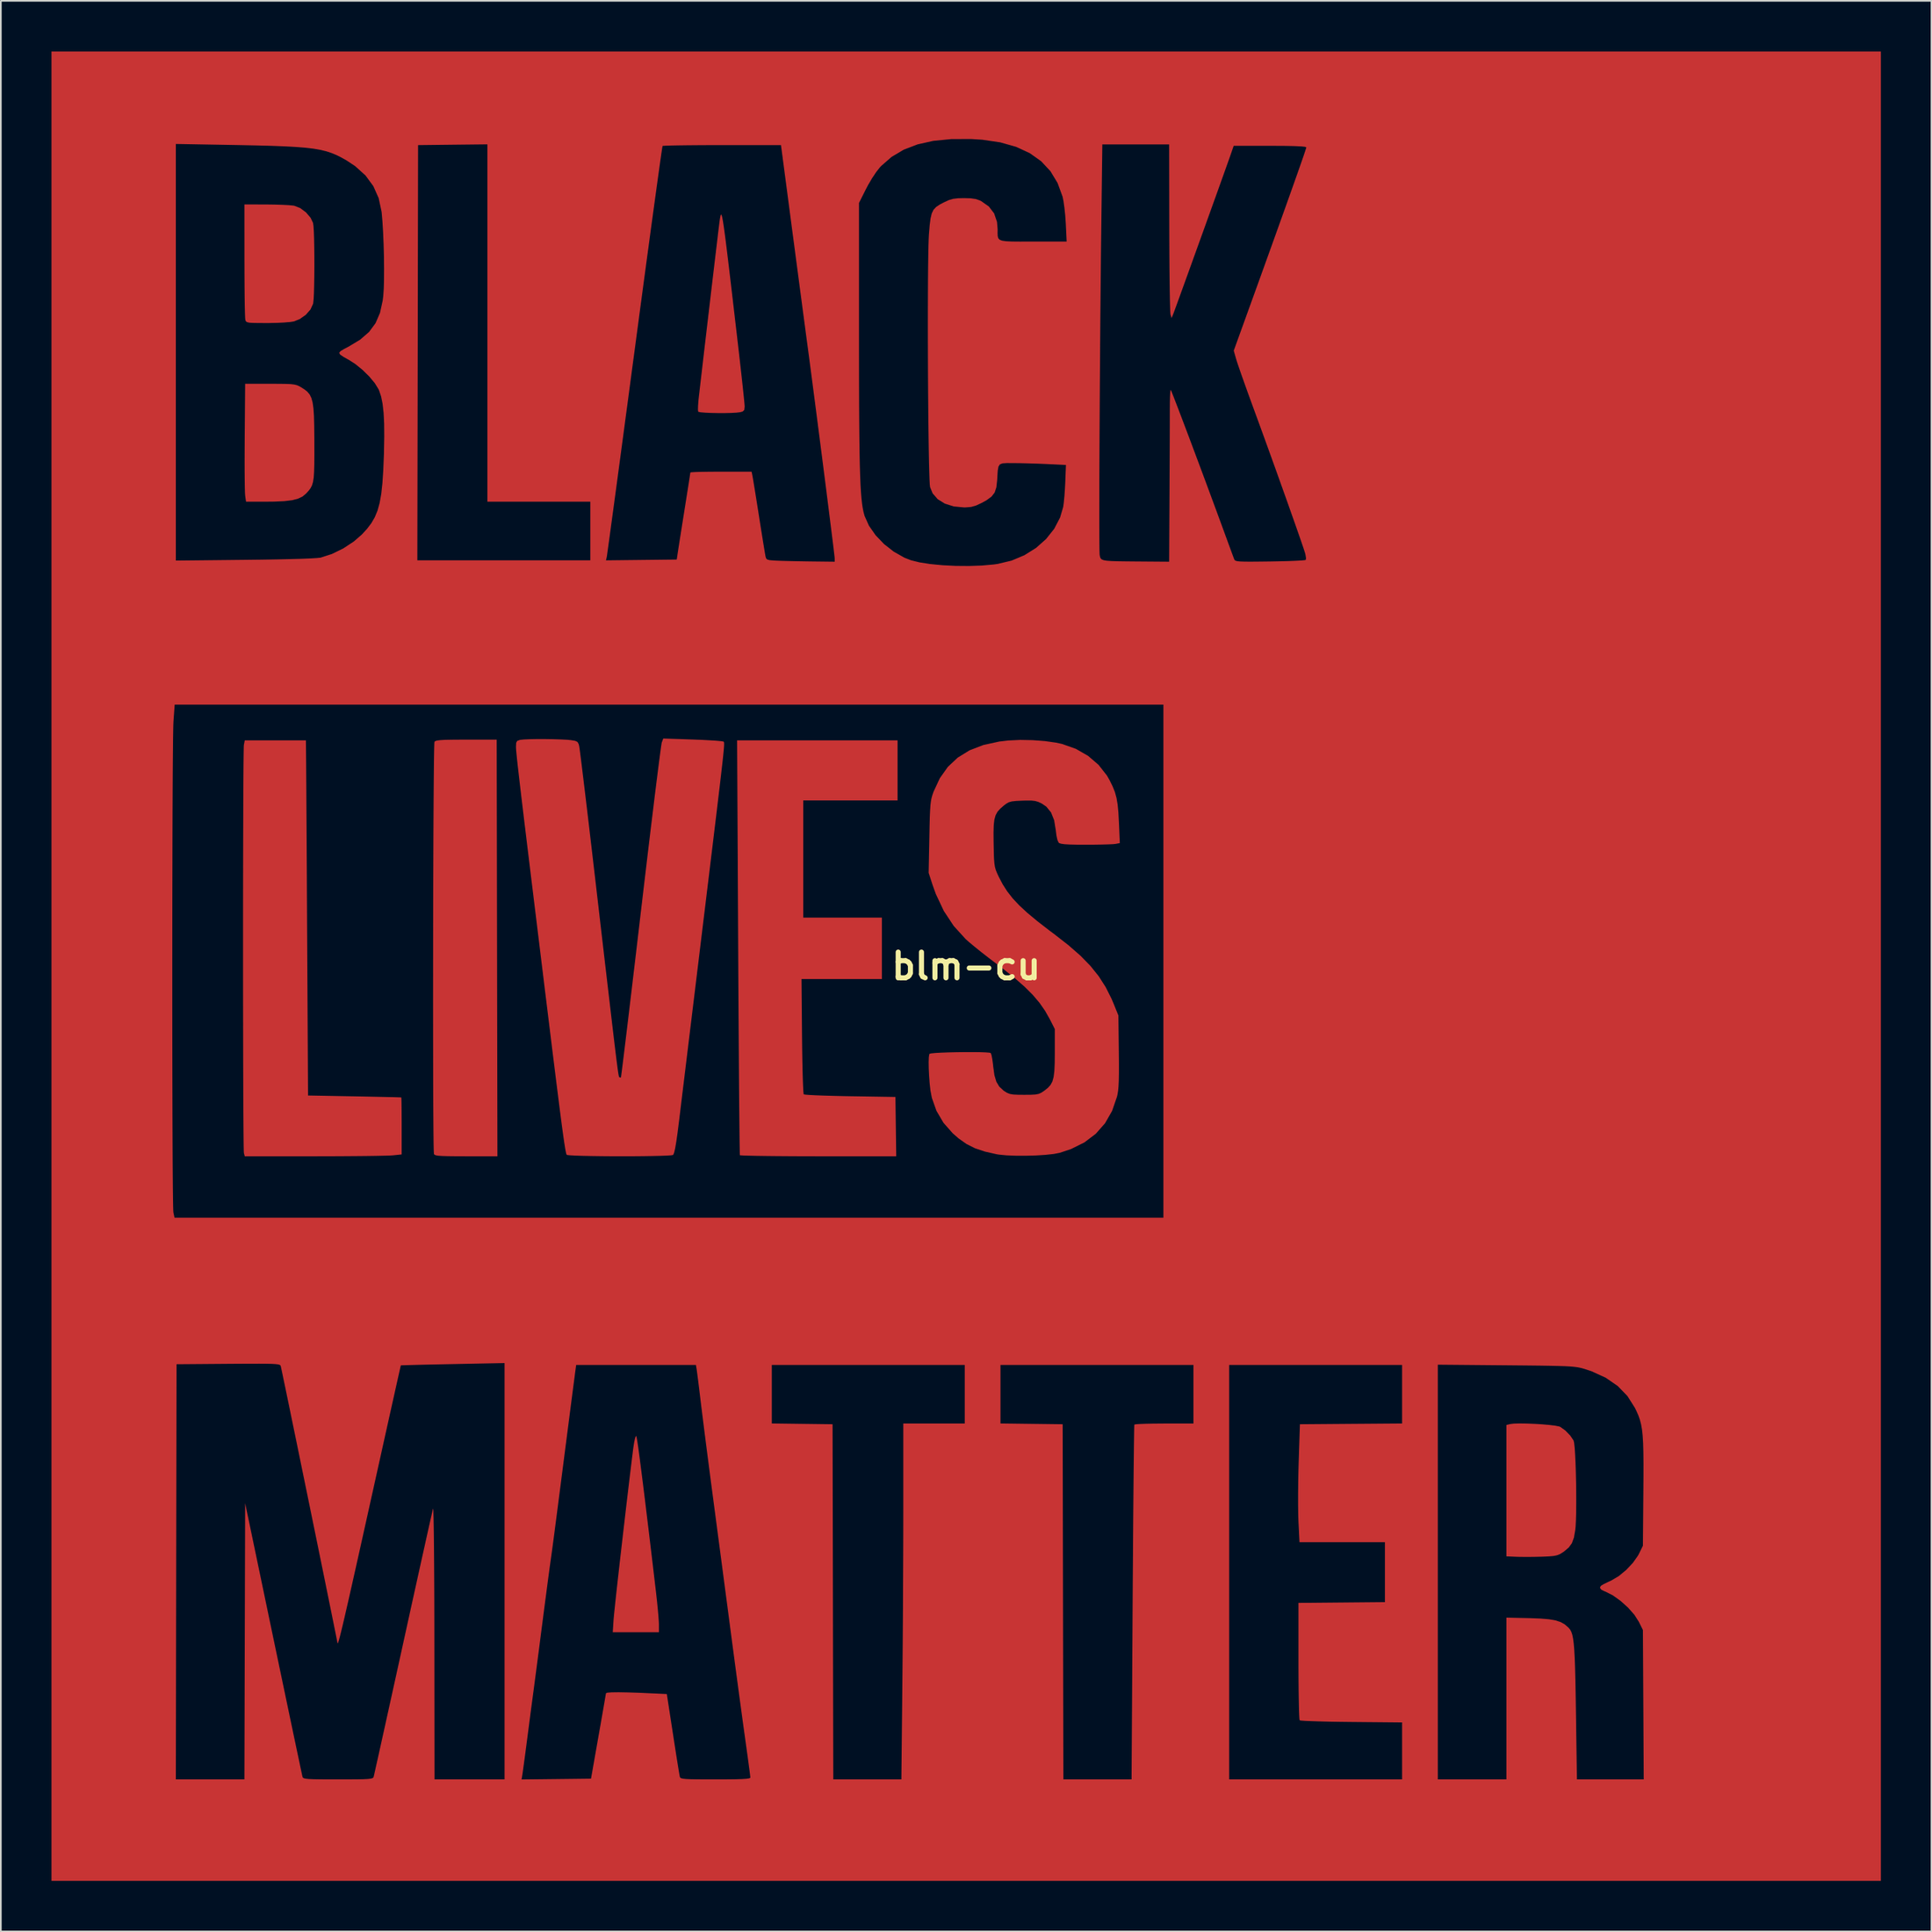
<source format=kicad_pcb>
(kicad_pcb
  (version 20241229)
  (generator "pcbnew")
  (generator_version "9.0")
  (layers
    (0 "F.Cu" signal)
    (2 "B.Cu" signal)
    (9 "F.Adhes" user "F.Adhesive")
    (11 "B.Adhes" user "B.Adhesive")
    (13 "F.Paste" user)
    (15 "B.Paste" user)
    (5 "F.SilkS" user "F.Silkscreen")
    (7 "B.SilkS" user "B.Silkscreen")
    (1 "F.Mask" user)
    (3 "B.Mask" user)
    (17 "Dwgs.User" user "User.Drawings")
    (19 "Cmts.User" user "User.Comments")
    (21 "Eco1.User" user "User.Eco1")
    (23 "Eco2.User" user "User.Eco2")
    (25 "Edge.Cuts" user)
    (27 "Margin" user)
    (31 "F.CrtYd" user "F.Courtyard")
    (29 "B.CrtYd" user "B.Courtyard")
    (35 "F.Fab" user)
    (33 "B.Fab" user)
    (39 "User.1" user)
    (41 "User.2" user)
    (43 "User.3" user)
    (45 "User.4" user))
  (footprint "blm-cu"
    (layer "F.Cu")
    (at 54.187 54.187)
    (property "Reference" "blm-cu" (at 0 0 0) (layer "F.SilkS") (effects (font (size 1.524 1.524) (thickness 0.3))))
    (attr through_hole)
    (fp_poly (pts (xy -19.522 27.922) (xy -19.481 28.158) (xy -19.424 28.542) (xy -19.351 29.077) (xy -19.262 29.765) (xy -19.155 30.609) (xy -19.031 31.609) (xy -18.89 32.769) (xy -18.73 34.091) (xy -18.553 35.578) (xy -18.377 37.07) (xy -18.319 37.589) (xy -18.269 38.084) (xy -18.231 38.517) (xy -18.208 38.848) (xy -18.203 38.996) (xy -18.203 39.455) (xy -20.936 39.455) (xy -20.889 38.714) (xy -20.871 38.508) (xy -20.835 38.153) (xy -20.784 37.669) (xy -20.719 37.073) (xy -20.643 36.386) (xy -20.557 35.627) (xy -20.465 34.814) (xy -20.367 33.966) (xy -20.267 33.104) (xy -20.167 32.245) (xy -20.069 31.41) (xy -19.975 30.617) (xy -19.886 29.885) (xy -19.807 29.233) (xy -19.738 28.681) (xy -19.721 28.549) (xy -19.67 28.215) (xy -19.617 27.968) (xy -19.569 27.84) (xy -19.547 27.833)) (stroke (width 0) (type solid)) (fill yes) (layer "F.Cu"))
    (fp_poly (pts (xy 33.193 27.094) (xy 33.65 27.112) (xy 34.11 27.14) (xy 34.536 27.177) (xy 34.888 27.22) (xy 35.128 27.267) (xy 35.191 27.291) (xy 35.494 27.507) (xy 35.785 27.808) (xy 35.982 28.099) (xy 36.016 28.249) (xy 36.048 28.542) (xy 36.075 28.95) (xy 36.099 29.449) (xy 36.117 30.01) (xy 36.131 30.607) (xy 36.139 31.214) (xy 36.14 31.804) (xy 36.135 32.351) (xy 36.122 32.827) (xy 36.102 33.206) (xy 36.083 33.393) (xy 36.004 33.845) (xy 35.885 34.176) (xy 35.699 34.436) (xy 35.419 34.672) (xy 35.34 34.727) (xy 35.177 34.828) (xy 35.014 34.895) (xy 34.809 34.938) (xy 34.52 34.963) (xy 34.107 34.981) (xy 34.078 34.982) (xy 33.623 34.992) (xy 33.159 34.995) (xy 32.755 34.991) (xy 32.575 34.986) (xy 32.004 34.96) (xy 32.004 27.181) (xy 32.228 27.125) (xy 32.443 27.098) (xy 32.778 27.089)) (stroke (width 0) (type solid)) (fill yes) (layer "F.Cu"))
    (fp_poly (pts (xy -40.694 -34.5) (xy -40.295 -34.495) (xy -40.008 -34.481) (xy -39.802 -34.457) (xy -39.65 -34.418) (xy -39.521 -34.362) (xy -39.414 -34.303) (xy -39.199 -34.166) (xy -39.026 -34.027) (xy -38.891 -33.864) (xy -38.79 -33.658) (xy -38.717 -33.389) (xy -38.668 -33.037) (xy -38.638 -32.582) (xy -38.622 -32.004) (xy -38.615 -31.283) (xy -38.614 -31.005) (xy -38.613 -30.291) (xy -38.617 -29.723) (xy -38.63 -29.281) (xy -38.654 -28.942) (xy -38.695 -28.684) (xy -38.754 -28.485) (xy -38.836 -28.323) (xy -38.945 -28.175) (xy -39.084 -28.02) (xy -39.101 -28.002) (xy -39.31 -27.826) (xy -39.581 -27.696) (xy -39.936 -27.604) (xy -40.399 -27.548) (xy -40.992 -27.521) (xy -41.412 -27.517) (xy -42.662 -27.517) (xy -42.713 -27.877) (xy -42.724 -28.043) (xy -42.733 -28.357) (xy -42.739 -28.797) (xy -42.744 -29.341) (xy -42.745 -29.969) (xy -42.743 -30.657) (xy -42.739 -31.369) (xy -42.714 -34.502) (xy -41.233 -34.502)) (stroke (width 0) (type solid)) (fill yes) (layer "F.Cu"))
    (fp_poly (pts (xy -41.465 -45.124) (xy -40.982 -45.118) (xy -40.528 -45.104) (xy -40.145 -45.084) (xy -39.874 -45.059) (xy -39.807 -45.049) (xy -39.451 -44.909) (xy -39.109 -44.654) (xy -38.836 -44.333) (xy -38.692 -44.03) (xy -38.667 -43.85) (xy -38.646 -43.53) (xy -38.63 -43.101) (xy -38.62 -42.592) (xy -38.614 -42.032) (xy -38.613 -41.451) (xy -38.617 -40.88) (xy -38.626 -40.348) (xy -38.639 -39.884) (xy -38.658 -39.518) (xy -38.682 -39.28) (xy -38.689 -39.243) (xy -38.843 -38.905) (xy -39.12 -38.589) (xy -39.478 -38.336) (xy -39.83 -38.195) (xy -40.054 -38.16) (xy -40.403 -38.131) (xy -40.834 -38.11) (xy -41.305 -38.1) (xy -41.43 -38.1) (xy -41.907 -38.101) (xy -42.242 -38.107) (xy -42.461 -38.121) (xy -42.592 -38.148) (xy -42.66 -38.191) (xy -42.693 -38.255) (xy -42.703 -38.291) (xy -42.715 -38.415) (xy -42.725 -38.69) (xy -42.735 -39.095) (xy -42.743 -39.611) (xy -42.749 -40.218) (xy -42.753 -40.897) (xy -42.755 -41.629) (xy -42.756 -41.804) (xy -42.757 -45.127)) (stroke (width 0) (type solid)) (fill yes) (layer "F.Cu"))
    (fp_poly (pts (xy -27.792 -1.079) (xy -27.77 11.261) (xy -29.624 11.261) (xy -30.238 11.259) (xy -30.704 11.254) (xy -31.042 11.244) (xy -31.273 11.228) (xy -31.418 11.203) (xy -31.496 11.169) (xy -31.529 11.127) (xy -31.538 11.021) (xy -31.546 10.758) (xy -31.553 10.349) (xy -31.559 9.807) (xy -31.564 9.142) (xy -31.569 8.367) (xy -31.573 7.493) (xy -31.576 6.531) (xy -31.578 5.493) (xy -31.58 4.392) (xy -31.581 3.237) (xy -31.582 2.042) (xy -31.581 0.818) (xy -31.58 -0.425) (xy -31.579 -1.673) (xy -31.577 -2.916) (xy -31.574 -4.142) (xy -31.57 -5.339) (xy -31.566 -6.496) (xy -31.562 -7.601) (xy -31.557 -8.642) (xy -31.551 -9.608) (xy -31.545 -10.487) (xy -31.539 -11.268) (xy -31.532 -11.939) (xy -31.524 -12.488) (xy -31.516 -12.904) (xy -31.508 -13.175) (xy -31.499 -13.29) (xy -31.498 -13.293) (xy -31.447 -13.336) (xy -31.341 -13.368) (xy -31.161 -13.391) (xy -30.885 -13.407) (xy -30.492 -13.415) (xy -29.962 -13.419) (xy -29.615 -13.42) (xy -27.813 -13.42)) (stroke (width 0) (type solid)) (fill yes) (layer "F.Cu"))
    (fp_poly (pts (xy -4.064 -9.821) (xy -9.652 -9.821) (xy -9.652 -2.879) (xy -4.995 -2.879) (xy -4.995 0.762) (xy -9.755 0.762) (xy -9.725 4.142) (xy -9.716 4.883) (xy -9.705 5.572) (xy -9.692 6.189) (xy -9.677 6.717) (xy -9.661 7.136) (xy -9.645 7.43) (xy -9.629 7.578) (xy -9.624 7.592) (xy -9.525 7.611) (xy -9.277 7.63) (xy -8.902 7.649) (xy -8.42 7.668) (xy -7.853 7.684) (xy -7.22 7.699) (xy -6.872 7.705) (xy -4.191 7.747) (xy -4.168 9.504) (xy -4.145 11.261) (xy -8.756 11.261) (xy -9.624 11.26) (xy -10.439 11.256) (xy -11.188 11.251) (xy -11.853 11.244) (xy -12.42 11.236) (xy -12.873 11.226) (xy -13.196 11.216) (xy -13.375 11.204) (xy -13.406 11.197) (xy -13.411 11.107) (xy -13.416 10.856) (xy -13.423 10.455) (xy -13.429 9.914) (xy -13.436 9.241) (xy -13.444 8.446) (xy -13.452 7.538) (xy -13.46 6.528) (xy -13.468 5.424) (xy -13.476 4.237) (xy -13.484 2.975) (xy -13.492 1.647) (xy -13.5 0.265) (xy -13.507 -1.122) (xy -13.57 -13.377) (xy -4.064 -13.377)) (stroke (width 0) (type solid)) (fill yes) (layer "F.Cu"))
    (fp_poly (pts (xy -14.486 -44.485) (xy -14.456 -44.378) (xy -14.421 -44.196) (xy -14.378 -43.932) (xy -14.327 -43.576) (xy -14.266 -43.119) (xy -14.195 -42.552) (xy -14.111 -41.866) (xy -14.014 -41.052) (xy -13.901 -40.101) (xy -13.773 -39.005) (xy -13.627 -37.754) (xy -13.546 -37.059) (xy -13.456 -36.284) (xy -13.373 -35.553) (xy -13.298 -34.884) (xy -13.234 -34.297) (xy -13.183 -33.81) (xy -13.146 -33.443) (xy -13.126 -33.215) (xy -13.123 -33.154) (xy -13.144 -32.954) (xy -13.241 -32.859) (xy -13.388 -32.819) (xy -13.608 -32.792) (xy -13.928 -32.775) (xy -14.31 -32.766) (xy -14.717 -32.767) (xy -15.113 -32.775) (xy -15.46 -32.79) (xy -15.723 -32.813) (xy -15.863 -32.842) (xy -15.876 -32.852) (xy -15.89 -32.969) (xy -15.883 -33.211) (xy -15.858 -33.537) (xy -15.838 -33.719) (xy -15.748 -34.494) (xy -15.651 -35.329) (xy -15.549 -36.208) (xy -15.443 -37.114) (xy -15.335 -38.031) (xy -15.228 -38.944) (xy -15.123 -39.834) (xy -15.022 -40.687) (xy -14.927 -41.485) (xy -14.841 -42.213) (xy -14.764 -42.854) (xy -14.7 -43.392) (xy -14.649 -43.811) (xy -14.614 -44.093) (xy -14.597 -44.223) (xy -14.575 -44.352) (xy -14.555 -44.451) (xy -14.534 -44.513) (xy -14.512 -44.527)) (stroke (width 0) (type solid)) (fill yes) (layer "F.Cu"))
    (fp_poly (pts (xy -39.104 -12.255) (xy -39.101 -12.02) (xy -39.099 -11.627) (xy -39.095 -11.09) (xy -39.09 -10.422) (xy -39.086 -9.634) (xy -39.08 -8.739) (xy -39.074 -7.751) (xy -39.068 -6.681) (xy -39.061 -5.542) (xy -39.055 -4.346) (xy -39.048 -3.107) (xy -39.041 -1.836) (xy -39.04 -1.736) (xy -38.989 7.662) (xy -36.237 7.712) (xy -35.573 7.725) (xy -34.965 7.737) (xy -34.433 7.748) (xy -33.999 7.758) (xy -33.681 7.767) (xy -33.499 7.773) (xy -33.465 7.776) (xy -33.458 7.86) (xy -33.452 8.089) (xy -33.448 8.435) (xy -33.445 8.873) (xy -33.443 9.378) (xy -33.443 9.471) (xy -33.443 11.152) (xy -33.964 11.206) (xy -34.153 11.217) (xy -34.492 11.227) (xy -34.962 11.237) (xy -35.544 11.245) (xy -36.22 11.251) (xy -36.969 11.256) (xy -37.773 11.26) (xy -38.611 11.261) (xy -42.737 11.261) (xy -42.788 11.07) (xy -42.795 10.961) (xy -42.801 10.694) (xy -42.807 10.282) (xy -42.812 9.735) (xy -42.817 9.066) (xy -42.822 8.287) (xy -42.826 7.408) (xy -42.829 6.443) (xy -42.832 5.402) (xy -42.834 4.298) (xy -42.836 3.142) (xy -42.838 1.946) (xy -42.839 0.722) (xy -42.839 -0.518) (xy -42.839 -1.764) (xy -42.839 -3.002) (xy -42.838 -4.222) (xy -42.836 -5.411) (xy -42.834 -6.558) (xy -42.831 -7.651) (xy -42.828 -8.678) (xy -42.825 -9.628) (xy -42.821 -10.488) (xy -42.817 -11.247) (xy -42.812 -11.894) (xy -42.806 -12.416) (xy -42.8 -12.801) (xy -42.794 -13.039) (xy -42.788 -13.113) (xy -42.736 -13.377) (xy -39.116 -13.377)) (stroke (width 0) (type solid)) (fill yes) (layer "F.Cu"))
    (fp_poly (pts (xy -16.19 -13.427) (xy -15.661 -13.406) (xy -15.189 -13.381) (xy -14.801 -13.356) (xy -14.523 -13.331) (xy -14.382 -13.308) (xy -14.37 -13.302) (xy -14.358 -13.288) (xy -14.348 -13.265) (xy -14.342 -13.226) (xy -14.34 -13.16) (xy -14.343 -13.061) (xy -14.353 -12.919) (xy -14.37 -12.726) (xy -14.395 -12.474) (xy -14.429 -12.153) (xy -14.474 -11.755) (xy -14.529 -11.273) (xy -14.597 -10.696) (xy -14.678 -10.018) (xy -14.772 -9.228) (xy -14.882 -8.32) (xy -15.007 -7.283) (xy -15.15 -6.11) (xy -15.31 -4.792) (xy -15.489 -3.321) (xy -15.631 -2.159) (xy -15.787 -0.871) (xy -15.942 0.401) (xy -16.093 1.642) (xy -16.239 2.839) (xy -16.378 3.978) (xy -16.508 5.045) (xy -16.627 6.027) (xy -16.735 6.91) (xy -16.829 7.68) (xy -16.907 8.322) (xy -16.968 8.825) (xy -17.01 9.173) (xy -17.01 9.173) (xy -17.099 9.873) (xy -17.176 10.413) (xy -17.243 10.803) (xy -17.302 11.053) (xy -17.354 11.173) (xy -17.365 11.183) (xy -17.48 11.204) (xy -17.738 11.221) (xy -18.116 11.235) (xy -18.592 11.246) (xy -19.142 11.254) (xy -19.743 11.259) (xy -20.372 11.26) (xy -21.007 11.259) (xy -21.623 11.254) (xy -22.199 11.246) (xy -22.71 11.236) (xy -23.135 11.222) (xy -23.449 11.205) (xy -23.631 11.186) (xy -23.666 11.173) (xy -23.686 11.127) (xy -23.709 11.04) (xy -23.736 10.906) (xy -23.769 10.714) (xy -23.81 10.456) (xy -23.858 10.124) (xy -23.915 9.708) (xy -23.983 9.201) (xy -24.062 8.592) (xy -24.153 7.874) (xy -24.259 7.038) (xy -24.379 6.075) (xy -24.516 4.976) (xy -24.669 3.733) (xy -24.841 2.337) (xy -24.978 1.228) (xy -25.2 -0.587) (xy -25.403 -2.242) (xy -25.587 -3.743) (xy -25.753 -5.098) (xy -25.902 -6.316) (xy -26.034 -7.402) (xy -26.151 -8.366) (xy -26.253 -9.213) (xy -26.342 -9.952) (xy -26.417 -10.591) (xy -26.481 -11.136) (xy -26.534 -11.595) (xy -26.577 -11.975) (xy -26.61 -12.285) (xy -26.635 -12.531) (xy -26.653 -12.721) (xy -26.664 -12.863) (xy -26.669 -12.963) (xy -26.67 -13.007) (xy -26.658 -13.232) (xy -26.599 -13.344) (xy -26.454 -13.399) (xy -26.405 -13.409) (xy -26.199 -13.431) (xy -25.863 -13.445) (xy -25.439 -13.453) (xy -24.966 -13.453) (xy -24.485 -13.446) (xy -24.036 -13.433) (xy -23.659 -13.414) (xy -23.413 -13.391) (xy -23.161 -13.348) (xy -23.026 -13.284) (xy -22.957 -13.16) (xy -22.926 -13.039) (xy -22.906 -12.91) (xy -22.868 -12.626) (xy -22.814 -12.201) (xy -22.746 -11.647) (xy -22.664 -10.977) (xy -22.571 -10.204) (xy -22.467 -9.343) (xy -22.356 -8.405) (xy -22.238 -7.404) (xy -22.115 -6.353) (xy -22.055 -5.842) (xy -21.859 -4.159) (xy -21.682 -2.637) (xy -21.522 -1.266) (xy -21.379 -0.04) (xy -21.251 1.05) (xy -21.138 2.013) (xy -21.039 2.855) (xy -20.953 3.586) (xy -20.879 4.213) (xy -20.815 4.745) (xy -20.761 5.189) (xy -20.716 5.553) (xy -20.678 5.846) (xy -20.648 6.075) (xy -20.623 6.249) (xy -20.603 6.375) (xy -20.587 6.462) (xy -20.574 6.518) (xy -20.563 6.551) (xy -20.553 6.569) (xy -20.542 6.579) (xy -20.537 6.585) (xy -20.457 6.599) (xy -20.455 6.597) (xy -20.44 6.51) (xy -20.408 6.265) (xy -20.358 5.873) (xy -20.293 5.345) (xy -20.213 4.69) (xy -20.119 3.919) (xy -20.014 3.043) (xy -19.898 2.072) (xy -19.772 1.017) (xy -19.638 -0.112) (xy -19.497 -1.304) (xy -19.35 -2.549) (xy -19.27 -3.231) (xy -19.12 -4.504) (xy -18.974 -5.733) (xy -18.834 -6.908) (xy -18.701 -8.016) (xy -18.575 -9.047) (xy -18.46 -9.992) (xy -18.355 -10.838) (xy -18.262 -11.575) (xy -18.183 -12.192) (xy -18.119 -12.679) (xy -18.071 -13.025) (xy -18.041 -13.218) (xy -18.032 -13.255) (xy -17.944 -13.487)) (stroke (width 0) (type solid)) (fill yes) (layer "F.Cu"))
    (fp_poly (pts (xy 3.937 -13.389) (xy 4.667 -13.334) (xy 5.325 -13.241) (xy 5.68 -13.164) (xy 6.495 -12.876) (xy 7.222 -12.459) (xy 7.841 -11.927) (xy 8.338 -11.293) (xy 8.492 -11.024) (xy 8.675 -10.653) (xy 8.81 -10.314) (xy 8.906 -9.966) (xy 8.972 -9.569) (xy 9.018 -9.083) (xy 9.049 -8.494) (xy 9.102 -7.294) (xy 8.858 -7.245) (xy 8.696 -7.229) (xy 8.397 -7.216) (xy 7.994 -7.205) (xy 7.521 -7.198) (xy 7.107 -7.197) (xy 6.537 -7.199) (xy 6.114 -7.209) (xy 5.816 -7.227) (xy 5.622 -7.255) (xy 5.511 -7.294) (xy 5.48 -7.317) (xy 5.409 -7.465) (xy 5.348 -7.735) (xy 5.308 -8.052) (xy 5.211 -8.649) (xy 5.026 -9.111) (xy 4.745 -9.453) (xy 4.485 -9.631) (xy 4.28 -9.729) (xy 4.085 -9.787) (xy 3.848 -9.812) (xy 3.516 -9.812) (xy 3.331 -9.806) (xy 2.954 -9.789) (xy 2.699 -9.76) (xy 2.518 -9.708) (xy 2.364 -9.619) (xy 2.239 -9.523) (xy 2.018 -9.332) (xy 1.855 -9.148) (xy 1.742 -8.941) (xy 1.67 -8.684) (xy 1.632 -8.346) (xy 1.62 -7.899) (xy 1.625 -7.313) (xy 1.626 -7.281) (xy 1.636 -6.762) (xy 1.649 -6.378) (xy 1.67 -6.095) (xy 1.704 -5.878) (xy 1.756 -5.693) (xy 1.832 -5.506) (xy 1.922 -5.311) (xy 2.159 -4.857) (xy 2.43 -4.433) (xy 2.752 -4.02) (xy 3.144 -3.602) (xy 3.623 -3.159) (xy 4.207 -2.673) (xy 4.912 -2.126) (xy 5.207 -1.906) (xy 6.057 -1.244) (xy 6.769 -0.621) (xy 7.361 -0.015) (xy 7.852 0.597) (xy 8.262 1.237) (xy 8.609 1.927) (xy 8.743 2.244) (xy 9.017 2.921) (xy 9.042 5.062) (xy 9.049 5.772) (xy 9.048 6.337) (xy 9.04 6.781) (xy 9.023 7.126) (xy 8.997 7.398) (xy 8.96 7.62) (xy 8.935 7.729) (xy 8.644 8.573) (xy 8.225 9.306) (xy 7.678 9.928) (xy 7.005 10.439) (xy 6.205 10.836) (xy 5.546 11.055) (xy 5.185 11.124) (xy 4.699 11.177) (xy 4.133 11.213) (xy 3.531 11.23) (xy 2.935 11.228) (xy 2.392 11.206) (xy 1.944 11.163) (xy 1.808 11.141) (xy 1.104 10.982) (xy 0.523 10.787) (xy 0.021 10.535) (xy -0.449 10.204) (xy -0.802 9.895) (xy -1.346 9.276) (xy -1.762 8.567) (xy -2.034 7.799) (xy -2.116 7.366) (xy -2.163 6.943) (xy -2.196 6.499) (xy -2.217 6.069) (xy -2.223 5.69) (xy -2.213 5.396) (xy -2.187 5.221) (xy -2.173 5.193) (xy -2.065 5.166) (xy -1.82 5.142) (xy -1.467 5.123) (xy -1.039 5.107) (xy -0.567 5.096) (xy -0.081 5.09) (xy 0.387 5.089) (xy 0.806 5.094) (xy 1.144 5.106) (xy 1.371 5.124) (xy 1.454 5.145) (xy 1.499 5.263) (xy 1.547 5.505) (xy 1.59 5.825) (xy 1.601 5.937) (xy 1.672 6.456) (xy 1.786 6.843) (xy 1.959 7.134) (xy 2.208 7.366) (xy 2.264 7.406) (xy 2.425 7.505) (xy 2.586 7.568) (xy 2.789 7.603) (xy 3.08 7.617) (xy 3.436 7.62) (xy 3.832 7.617) (xy 4.102 7.602) (xy 4.292 7.566) (xy 4.445 7.499) (xy 4.605 7.394) (xy 4.63 7.376) (xy 4.839 7.209) (xy 4.996 7.037) (xy 5.107 6.831) (xy 5.18 6.564) (xy 5.224 6.21) (xy 5.244 5.742) (xy 5.249 5.131) (xy 5.249 5.129) (xy 5.249 3.721) (xy 4.96 3.152) (xy 4.677 2.649) (xy 4.345 2.172) (xy 3.947 1.702) (xy 3.464 1.22) (xy 2.877 0.706) (xy 2.168 0.141) (xy 1.778 -0.154) (xy 1.327 -0.497) (xy 0.886 -0.841) (xy 0.487 -1.162) (xy 0.164 -1.432) (xy -0.031 -1.605) (xy -0.737 -2.382) (xy -1.325 -3.272) (xy -1.8 -4.281) (xy -1.995 -4.826) (xy -2.223 -5.53) (xy -2.181 -7.654) (xy -2.168 -8.317) (xy -2.154 -8.835) (xy -2.137 -9.234) (xy -2.116 -9.539) (xy -2.088 -9.776) (xy -2.05 -9.97) (xy -2 -10.145) (xy -1.935 -10.328) (xy -1.929 -10.344) (xy -1.559 -11.139) (xy -1.083 -11.81) (xy -0.497 -12.358) (xy 0.203 -12.789) (xy 1.023 -13.104) (xy 1.966 -13.308) (xy 2.503 -13.37) (xy 3.197 -13.403)) (stroke (width 0) (type solid)) (fill yes) (layer "F.Cu"))
    (fp_poly (pts (xy 54.187 54.187) (xy -54.187 54.187) (xy -54.187 48.178) (xy -26.34 48.178) (xy -24.282 48.156) (xy -22.225 48.133) (xy -21.785 45.635) (xy -21.674 45.005) (xy -21.573 44.43) (xy -21.486 43.929) (xy -21.416 43.525) (xy -21.367 43.238) (xy -21.342 43.089) (xy -21.34 43.074) (xy -21.254 43.039) (xy -21.002 43.019) (xy -20.589 43.014) (xy -20.019 43.024) (xy -19.294 43.049) (xy -18.921 43.066) (xy -17.734 43.12) (xy -17.368 45.499) (xy -17.272 46.12) (xy -17.183 46.691) (xy -17.104 47.189) (xy -17.038 47.592) (xy -16.991 47.876) (xy -16.964 48.019) (xy -16.962 48.027) (xy -16.938 48.074) (xy -16.88 48.109) (xy -16.77 48.135) (xy -16.585 48.154) (xy -16.308 48.165) (xy -15.918 48.172) (xy -15.394 48.175) (xy -14.853 48.175) (xy -14.179 48.173) (xy -13.659 48.167) (xy -13.276 48.156) (xy -13.014 48.139) (xy -12.857 48.115) (xy -12.79 48.083) (xy -12.785 48.068) (xy -12.796 47.958) (xy -12.828 47.704) (xy -12.878 47.33) (xy -12.941 46.86) (xy -13.016 46.318) (xy -13.082 45.846) (xy -13.156 45.315) (xy -13.248 44.646) (xy -13.354 43.865) (xy -13.471 43.003) (xy -13.594 42.087) (xy -13.72 41.146) (xy -13.844 40.209) (xy -13.933 39.539) (xy -14.065 38.534) (xy -14.211 37.428) (xy -14.365 36.266) (xy -14.52 35.087) (xy -14.673 33.936) (xy -14.816 32.853) (xy -14.944 31.882) (xy -14.984 31.581) (xy -15.098 30.716) (xy -15.214 29.832) (xy -15.327 28.957) (xy -15.435 28.122) (xy -15.532 27.356) (xy -15.616 26.688) (xy -15.683 26.148) (xy -15.702 25.993) (xy -15.769 25.439) (xy -15.832 24.926) (xy -15.887 24.485) (xy -15.931 24.144) (xy -15.96 23.932) (xy -15.965 23.897) (xy -16.01 23.622) (xy -11.515 23.622) (xy -11.515 27.09) (xy -9.716 27.113) (xy -7.916 27.136) (xy -7.895 37.656) (xy -7.873 48.175) (xy -3.838 48.175) (xy -3.782 42.651) (xy -3.771 41.497) (xy -3.761 40.236) (xy -3.752 38.904) (xy -3.743 37.539) (xy -3.737 36.179) (xy -3.731 34.861) (xy -3.727 33.623) (xy -3.726 32.503) (xy -3.725 32.11) (xy -3.725 27.093) (xy -0.085 27.093) (xy -0.085 23.622) (xy 2.032 23.622) (xy 2.032 27.09) (xy 5.715 27.136) (xy 5.736 37.656) (xy 5.758 48.175) (xy 9.799 48.175) (xy 9.861 37.698) (xy 9.869 36.379) (xy 9.878 35.108) (xy 9.887 33.894) (xy 9.895 32.747) (xy 9.904 31.678) (xy 9.913 30.697) (xy 9.921 29.814) (xy 9.93 29.04) (xy 9.937 28.385) (xy 9.945 27.858) (xy 9.951 27.471) (xy 9.957 27.234) (xy 9.962 27.157) (xy 10.055 27.138) (xy 10.291 27.121) (xy 10.644 27.107) (xy 11.09 27.098) (xy 11.601 27.094) (xy 11.731 27.093) (xy 13.462 27.093) (xy 13.462 23.622) (xy 15.579 23.622) (xy 15.579 48.175) (xy 25.823 48.175) (xy 27.94 48.175) (xy 32.004 48.175) (xy 32.004 38.591) (xy 33.38 38.623) (xy 34.026 38.647) (xy 34.53 38.69) (xy 34.919 38.757) (xy 35.222 38.857) (xy 35.465 38.996) (xy 35.675 39.181) (xy 35.713 39.221) (xy 35.788 39.318) (xy 35.852 39.443) (xy 35.907 39.609) (xy 35.952 39.83) (xy 35.99 40.12) (xy 36.022 40.493) (xy 36.048 40.963) (xy 36.07 41.544) (xy 36.089 42.249) (xy 36.105 43.092) (xy 36.121 44.088) (xy 36.125 44.344) (xy 36.18 48.175) (xy 40.139 48.175) (xy 40.114 43.752) (xy 40.09 39.328) (xy 39.853 38.846) (xy 39.587 38.427) (xy 39.21 37.999) (xy 38.767 37.6) (xy 38.303 37.269) (xy 37.862 37.047) (xy 37.804 37.027) (xy 37.627 36.937) (xy 37.55 36.836) (xy 37.55 36.832) (xy 37.565 36.758) (xy 37.631 36.687) (xy 37.779 36.6) (xy 38.037 36.476) (xy 38.216 36.394) (xy 38.652 36.137) (xy 39.096 35.772) (xy 39.495 35.348) (xy 39.799 34.917) (xy 39.854 34.813) (xy 40.09 34.332) (xy 40.116 31.166) (xy 40.123 30.232) (xy 40.124 29.449) (xy 40.117 28.797) (xy 40.102 28.259) (xy 40.075 27.815) (xy 40.035 27.446) (xy 39.98 27.135) (xy 39.909 26.862) (xy 39.819 26.608) (xy 39.708 26.355) (xy 39.614 26.162) (xy 39.172 25.464) (xy 38.596 24.87) (xy 37.888 24.381) (xy 37.049 23.997) (xy 36.66 23.868) (xy 36.507 23.824) (xy 36.358 23.787) (xy 36.195 23.757) (xy 36.002 23.732) (xy 35.763 23.712) (xy 35.461 23.696) (xy 35.08 23.683) (xy 34.603 23.672) (xy 34.014 23.663) (xy 33.296 23.655) (xy 32.433 23.647) (xy 31.983 23.643) (xy 27.94 23.608) (xy 27.94 48.175) (xy 25.823 48.175) (xy 25.823 44.8) (xy 22.825 44.773) (xy 22.127 44.765) (xy 21.484 44.754) (xy 20.913 44.74) (xy 20.435 44.725) (xy 20.07 44.708) (xy 19.836 44.691) (xy 19.755 44.676) (xy 19.74 44.578) (xy 19.726 44.33) (xy 19.713 43.949) (xy 19.703 43.453) (xy 19.694 42.861) (xy 19.688 42.191) (xy 19.685 41.461) (xy 19.685 41.162) (xy 19.685 37.719) (xy 24.807 37.674) (xy 24.807 34.121) (xy 19.745 34.121) (xy 19.684 32.899) (xy 19.67 32.465) (xy 19.663 31.901) (xy 19.663 31.251) (xy 19.67 30.553) (xy 19.684 29.848) (xy 19.696 29.407) (xy 19.77 27.136) (xy 22.797 27.113) (xy 25.823 27.091) (xy 25.823 23.622) (xy 15.579 23.622) (xy 13.462 23.622) (xy 2.032 23.622) (xy -0.085 23.622) (xy -11.515 23.622) (xy -16.01 23.622) (xy -23.104 23.622) (xy -23.154 23.982) (xy -23.174 24.133) (xy -23.213 24.435) (xy -23.27 24.871) (xy -23.342 25.425) (xy -23.427 26.079) (xy -23.522 26.817) (xy -23.626 27.621) (xy -23.736 28.475) (xy -23.793 28.914) (xy -23.937 30.035) (xy -24.062 31.003) (xy -24.169 31.831) (xy -24.26 32.534) (xy -24.337 33.126) (xy -24.401 33.621) (xy -24.456 34.033) (xy -24.502 34.377) (xy -24.541 34.666) (xy -24.575 34.916) (xy -24.607 35.139) (xy -24.637 35.351) (xy -24.643 35.391) (xy -24.672 35.599) (xy -24.719 35.953) (xy -24.783 36.43) (xy -24.859 37.007) (xy -24.945 37.664) (xy -25.038 38.377) (xy -25.135 39.124) (xy -25.145 39.201) (xy -25.242 39.954) (xy -25.336 40.68) (xy -25.424 41.354) (xy -25.503 41.955) (xy -25.569 42.458) (xy -25.619 42.842) (xy -25.652 43.083) (xy -25.653 43.095) (xy -25.69 43.368) (xy -25.744 43.774) (xy -25.811 44.278) (xy -25.885 44.847) (xy -25.963 45.445) (xy -25.993 45.678) (xy -26.068 46.25) (xy -26.138 46.78) (xy -26.2 47.24) (xy -26.25 47.602) (xy -26.283 47.839) (xy -26.293 47.902) (xy -26.34 48.178) (xy -54.187 48.178) (xy -54.187 48.175) (xy -46.821 48.175) (xy -42.758 48.175) (xy -42.736 39.994) (xy -42.714 31.813) (xy -41.036 39.846) (xy -40.797 40.988) (xy -40.567 42.085) (xy -40.349 43.125) (xy -40.146 44.096) (xy -39.959 44.987) (xy -39.791 45.786) (xy -39.644 46.483) (xy -39.521 47.064) (xy -39.425 47.519) (xy -39.357 47.836) (xy -39.321 48.004) (xy -39.315 48.027) (xy -39.291 48.074) (xy -39.233 48.109) (xy -39.121 48.135) (xy -38.937 48.154) (xy -38.659 48.165) (xy -38.267 48.172) (xy -37.743 48.175) (xy -37.211 48.175) (xy -36.565 48.174) (xy -36.068 48.171) (xy -35.7 48.164) (xy -35.442 48.151) (xy -35.272 48.131) (xy -35.172 48.103) (xy -35.122 48.065) (xy -35.103 48.027) (xy -35.079 47.925) (xy -35.021 47.668) (xy -34.932 47.27) (xy -34.814 46.742) (xy -34.671 46.095) (xy -34.504 45.342) (xy -34.317 44.493) (xy -34.111 43.561) (xy -33.89 42.558) (xy -33.656 41.495) (xy -33.412 40.383) (xy -33.357 40.132) (xy -33.11 39.009) (xy -32.873 37.929) (xy -32.647 36.905) (xy -32.436 35.948) (xy -32.242 35.071) (xy -32.067 34.285) (xy -31.916 33.602) (xy -31.789 33.034) (xy -31.69 32.594) (xy -31.622 32.293) (xy -31.586 32.142) (xy -31.583 32.131) (xy -31.573 32.175) (xy -31.562 32.379) (xy -31.552 32.733) (xy -31.543 33.226) (xy -31.534 33.85) (xy -31.527 34.595) (xy -31.52 35.45) (xy -31.514 36.407) (xy -31.509 37.454) (xy -31.506 38.583) (xy -31.504 39.784) (xy -31.504 40.026) (xy -31.496 48.175) (xy -27.347 48.175) (xy -27.347 23.511) (xy -30.415 23.572) (xy -31.117 23.586) (xy -31.763 23.6) (xy -32.334 23.613) (xy -32.812 23.625) (xy -33.177 23.635) (xy -33.41 23.643) (xy -33.492 23.648) (xy -33.512 23.732) (xy -33.565 23.969) (xy -33.651 24.349) (xy -33.765 24.86) (xy -33.906 25.493) (xy -34.071 26.234) (xy -34.258 27.073) (xy -34.464 28) (xy -34.686 29.001) (xy -34.923 30.068) (xy -35.171 31.187) (xy -35.296 31.75) (xy -35.609 33.159) (xy -35.887 34.41) (xy -36.133 35.512) (xy -36.349 36.473) (xy -36.535 37.301) (xy -36.696 38.004) (xy -36.831 38.591) (xy -36.943 39.069) (xy -37.035 39.447) (xy -37.107 39.732) (xy -37.162 39.933) (xy -37.202 40.058) (xy -37.228 40.115) (xy -37.243 40.112) (xy -37.248 40.082) (xy -37.265 39.985) (xy -37.314 39.736) (xy -37.392 39.349) (xy -37.495 38.838) (xy -37.621 38.216) (xy -37.767 37.497) (xy -37.93 36.695) (xy -38.108 35.823) (xy -38.297 34.896) (xy -38.495 33.927) (xy -38.699 32.93) (xy -38.906 31.918) (xy -39.114 30.906) (xy -39.319 29.908) (xy -39.518 28.936) (xy -39.709 28.006) (xy -39.89 27.13) (xy -40.056 26.322) (xy -40.206 25.597) (xy -40.336 24.967) (xy -40.445 24.448) (xy -40.527 24.052) (xy -40.582 23.793) (xy -40.607 23.685) (xy -40.607 23.684) (xy -40.628 23.645) (xy -40.675 23.614) (xy -40.766 23.59) (xy -40.916 23.572) (xy -41.141 23.559) (xy -41.459 23.552) (xy -41.886 23.549) (xy -42.437 23.55) (xy -43.13 23.553) (xy -43.715 23.557) (xy -46.778 23.58) (xy -46.8 35.877) (xy -46.821 48.175) (xy -54.187 48.175) (xy -54.187 1.099) (xy -47.031 1.099) (xy -47.031 2.46) (xy -47.03 3.802) (xy -47.028 5.114) (xy -47.026 6.385) (xy -47.023 7.605) (xy -47.02 8.762) (xy -47.016 9.846) (xy -47.012 10.846) (xy -47.007 11.751) (xy -47.001 12.55) (xy -46.995 13.233) (xy -46.988 13.789) (xy -46.981 14.207) (xy -46.973 14.477) (xy -46.965 14.584) (xy -46.898 14.901) (xy 11.684 14.901) (xy 11.684 -15.494) (xy -46.889 -15.494) (xy -46.96 -14.499) (xy -46.969 -14.297) (xy -46.977 -13.941) (xy -46.985 -13.442) (xy -46.991 -12.812) (xy -46.998 -12.061) (xy -47.004 -11.2) (xy -47.009 -10.239) (xy -47.014 -9.19) (xy -47.018 -8.063) (xy -47.021 -6.869) (xy -47.024 -5.619) (xy -47.027 -4.323) (xy -47.029 -2.992) (xy -47.03 -1.638) (xy -47.031 -0.271) (xy -47.031 1.099) (xy -54.187 1.099) (xy -54.187 -24.029) (xy -46.821 -24.029) (xy -45.514 -24.042) (xy -21.34 -24.042) (xy -19.243 -24.065) (xy -17.147 -24.088) (xy -17.077 -24.553) (xy -17.044 -24.768) (xy -16.989 -25.12) (xy -16.917 -25.58) (xy -16.831 -26.119) (xy -16.738 -26.706) (xy -16.674 -27.11) (xy -16.583 -27.684) (xy -16.501 -28.202) (xy -16.432 -28.64) (xy -16.38 -28.976) (xy -16.349 -29.186) (xy -16.341 -29.247) (xy -16.26 -29.261) (xy -16.035 -29.274) (xy -15.689 -29.284) (xy -15.247 -29.291) (xy -14.734 -29.294) (xy -14.527 -29.295) (xy -12.713 -29.295) (xy -12.664 -29.062) (xy -12.638 -28.917) (xy -12.59 -28.629) (xy -12.524 -28.225) (xy -12.444 -27.73) (xy -12.355 -27.169) (xy -12.276 -26.67) (xy -12.182 -26.073) (xy -12.094 -25.522) (xy -12.016 -25.041) (xy -11.953 -24.656) (xy -11.909 -24.391) (xy -11.889 -24.282) (xy -11.855 -24.162) (xy -11.786 -24.091) (xy -11.645 -24.053) (xy -11.392 -24.031) (xy -11.234 -24.023) (xy -10.935 -24.012) (xy -10.513 -24.001) (xy -10.013 -23.99) (xy -9.482 -23.981) (xy -9.207 -23.977) (xy -7.789 -23.961) (xy -7.789 -24.159) (xy -7.8 -24.271) (xy -7.831 -24.536) (xy -7.879 -24.939) (xy -7.944 -25.464) (xy -8.023 -26.095) (xy -8.114 -26.819) (xy -8.215 -27.619) (xy -8.324 -28.48) (xy -8.44 -29.388) (xy -8.56 -30.326) (xy -8.683 -31.279) (xy -8.806 -32.233) (xy -8.928 -33.173) (xy -9.046 -34.082) (xy -9.159 -34.945) (xy -9.264 -35.748) (xy -9.361 -36.476) (xy -9.446 -37.112) (xy -9.448 -37.126) (xy -9.5 -37.515) (xy -9.571 -38.051) (xy -9.659 -38.71) (xy -9.76 -39.473) (xy -9.872 -40.317) (xy -9.991 -41.22) (xy -10.116 -42.161) (xy -10.242 -43.118) (xy -10.318 -43.688) (xy -10.519 -45.215) (xy -6.35 -45.215) (xy -6.35 -37.318) (xy -6.349 -35.797) (xy -6.347 -34.436) (xy -6.343 -33.223) (xy -6.336 -32.151) (xy -6.327 -31.207) (xy -6.315 -30.384) (xy -6.301 -29.67) (xy -6.282 -29.056) (xy -6.26 -28.532) (xy -6.234 -28.087) (xy -6.203 -27.713) (xy -6.168 -27.398) (xy -6.128 -27.133) (xy -6.083 -26.909) (xy -6.031 -26.715) (xy -6.019 -26.672) (xy -5.761 -26.095) (xy -5.366 -25.529) (xy -4.864 -25.005) (xy -4.286 -24.553) (xy -3.663 -24.201) (xy -3.272 -24.047) (xy -2.765 -23.921) (xy -2.129 -23.823) (xy -1.402 -23.753) (xy -0.624 -23.714) (xy 0.169 -23.708) (xy 0.937 -23.735) (xy 1.642 -23.799) (xy 1.856 -23.828) (xy 2.683 -24.024) (xy 3.45 -24.346) (xy 4.14 -24.778) (xy 4.734 -25.305) (xy 5.215 -25.911) (xy 5.564 -26.58) (xy 5.668 -26.935) (xy 7.886 -26.935) (xy 7.886 -26.175) (xy 7.888 -25.532) (xy 7.892 -25.017) (xy 7.896 -24.641) (xy 7.903 -24.416) (xy 7.908 -24.358) (xy 7.929 -24.249) (xy 7.962 -24.164) (xy 8.025 -24.1) (xy 8.137 -24.053) (xy 8.317 -24.021) (xy 8.586 -24.001) (xy 8.962 -23.988) (xy 9.465 -23.981) (xy 10.114 -23.975) (xy 10.266 -23.974) (xy 12.023 -23.961) (xy 12.044 -27.877) (xy 12.048 -28.727) (xy 12.052 -29.57) (xy 12.056 -30.379) (xy 12.059 -31.131) (xy 12.061 -31.801) (xy 12.062 -32.366) (xy 12.063 -32.801) (xy 12.063 -32.997) (xy 12.066 -33.42) (xy 12.075 -33.77) (xy 12.091 -34.018) (xy 12.11 -34.136) (xy 12.118 -34.14) (xy 12.16 -34.05) (xy 12.254 -33.816) (xy 12.394 -33.454) (xy 12.576 -32.981) (xy 12.793 -32.41) (xy 13.04 -31.759) (xy 13.31 -31.042) (xy 13.597 -30.275) (xy 13.897 -29.474) (xy 14.202 -28.654) (xy 14.507 -27.83) (xy 14.807 -27.019) (xy 15.095 -26.236) (xy 15.2 -25.95) (xy 15.387 -25.439) (xy 15.557 -24.974) (xy 15.701 -24.583) (xy 15.809 -24.291) (xy 15.871 -24.124) (xy 15.88 -24.102) (xy 15.908 -24.054) (xy 15.964 -24.017) (xy 16.068 -23.991) (xy 16.24 -23.975) (xy 16.5 -23.966) (xy 16.869 -23.964) (xy 17.368 -23.968) (xy 17.996 -23.975) (xy 18.57 -23.986) (xy 19.088 -23.999) (xy 19.525 -24.016) (xy 19.857 -24.034) (xy 20.061 -24.053) (xy 20.115 -24.066) (xy 20.131 -24.178) (xy 20.098 -24.388) (xy 20.071 -24.489) (xy 20.002 -24.704) (xy 19.882 -25.059) (xy 19.716 -25.537) (xy 19.513 -26.119) (xy 19.277 -26.786) (xy 19.017 -27.522) (xy 18.737 -28.306) (xy 18.446 -29.122) (xy 18.148 -29.95) (xy 17.851 -30.772) (xy 17.562 -31.57) (xy 17.286 -32.326) (xy 17.125 -32.766) (xy 16.883 -33.428) (xy 16.653 -34.061) (xy 16.445 -34.643) (xy 16.266 -35.15) (xy 16.125 -35.559) (xy 16.029 -35.846) (xy 15.998 -35.948) (xy 15.851 -36.464) (xy 16.904 -39.377) (xy 17.408 -40.772) (xy 17.876 -42.072) (xy 18.307 -43.27) (xy 18.698 -44.362) (xy 19.048 -45.34) (xy 19.353 -46.198) (xy 19.613 -46.931) (xy 19.824 -47.533) (xy 19.985 -47.996) (xy 20.092 -48.315) (xy 20.145 -48.483) (xy 20.151 -48.508) (xy 20.076 -48.54) (xy 19.85 -48.564) (xy 19.468 -48.582) (xy 18.926 -48.594) (xy 18.22 -48.598) (xy 17.999 -48.599) (xy 15.848 -48.599) (xy 15.679 -48.112) (xy 15.6 -47.885) (xy 15.473 -47.529) (xy 15.307 -47.062) (xy 15.106 -46.501) (xy 14.878 -45.864) (xy 14.628 -45.169) (xy 14.363 -44.432) (xy 14.09 -43.672) (xy 13.814 -42.907) (xy 13.542 -42.153) (xy 13.281 -41.428) (xy 13.036 -40.75) (xy 12.814 -40.137) (xy 12.622 -39.606) (xy 12.465 -39.174) (xy 12.35 -38.86) (xy 12.284 -38.68) (xy 12.272 -38.65) (xy 12.168 -38.396) (xy 12.104 -38.608) (xy 12.092 -38.73) (xy 12.081 -39.005) (xy 12.07 -39.418) (xy 12.06 -39.953) (xy 12.051 -40.595) (xy 12.043 -41.328) (xy 12.037 -42.135) (xy 12.033 -43.002) (xy 12.031 -43.752) (xy 12.023 -48.683) (xy 8.066 -48.683) (xy 8.013 -44.556) (xy 7.999 -43.418) (xy 7.985 -42.226) (xy 7.972 -40.99) (xy 7.96 -39.722) (xy 7.948 -38.434) (xy 7.938 -37.136) (xy 7.928 -35.841) (xy 7.919 -34.56) (xy 7.911 -33.303) (xy 7.904 -32.084) (xy 7.898 -30.912) (xy 7.893 -29.8) (xy 7.889 -28.759) (xy 7.887 -27.8) (xy 7.886 -26.935) (xy 5.668 -26.935) (xy 5.746 -27.202) (xy 5.783 -27.467) (xy 5.82 -27.847) (xy 5.851 -28.289) (xy 5.87 -28.668) (xy 5.91 -29.693) (xy 4.762 -29.748) (xy 4.24 -29.769) (xy 3.685 -29.787) (xy 3.168 -29.799) (xy 2.782 -29.803) (xy 2.406 -29.804) (xy 2.153 -29.788) (xy 1.997 -29.728) (xy 1.912 -29.595) (xy 1.87 -29.363) (xy 1.847 -29.001) (xy 1.836 -28.8) (xy 1.789 -28.373) (xy 1.687 -28.06) (xy 1.499 -27.816) (xy 1.197 -27.597) (xy 0.937 -27.453) (xy 0.593 -27.292) (xy 0.301 -27.208) (xy -0.024 -27.179) (xy -0.131 -27.178) (xy -0.738 -27.236) (xy -1.263 -27.402) (xy -1.686 -27.664) (xy -1.988 -28.012) (xy -2.138 -28.379) (xy -2.156 -28.538) (xy -2.173 -28.851) (xy -2.188 -29.303) (xy -2.203 -29.877) (xy -2.216 -30.559) (xy -2.228 -31.332) (xy -2.239 -32.181) (xy -2.248 -33.091) (xy -2.256 -34.046) (xy -2.262 -35.03) (xy -2.266 -36.029) (xy -2.269 -37.026) (xy -2.27 -38.006) (xy -2.269 -38.953) (xy -2.266 -39.852) (xy -2.262 -40.688) (xy -2.255 -41.445) (xy -2.246 -42.106) (xy -2.235 -42.658) (xy -2.221 -43.084) (xy -2.207 -43.349) (xy -2.162 -43.894) (xy -2.11 -44.3) (xy -2.039 -44.595) (xy -1.934 -44.81) (xy -1.781 -44.974) (xy -1.568 -45.118) (xy -1.318 -45.249) (xy -1.029 -45.382) (xy -0.773 -45.458) (xy -0.48 -45.492) (xy -0.136 -45.5) (xy 0.27 -45.489) (xy 0.566 -45.446) (xy 0.807 -45.363) (xy 0.889 -45.323) (xy 1.343 -45.003) (xy 1.654 -44.596) (xy 1.825 -44.096) (xy 1.863 -43.655) (xy 1.86 -43.429) (xy 1.866 -43.255) (xy 1.9 -43.126) (xy 1.982 -43.036) (xy 2.13 -42.978) (xy 2.365 -42.944) (xy 2.705 -42.929) (xy 3.171 -42.925) (xy 3.782 -42.926) (xy 3.959 -42.926) (xy 5.952 -42.926) (xy 5.9 -44.005) (xy 5.868 -44.473) (xy 5.82 -44.931) (xy 5.764 -45.326) (xy 5.71 -45.588) (xy 5.414 -46.397) (xy 4.991 -47.096) (xy 4.442 -47.685) (xy 3.765 -48.166) (xy 2.959 -48.538) (xy 2.024 -48.802) (xy 0.959 -48.96) (xy 0.316 -49.001) (xy -0.876 -48.999) (xy -1.938 -48.894) (xy -2.879 -48.684) (xy -3.703 -48.368) (xy -4.419 -47.943) (xy -5.033 -47.407) (xy -5.127 -47.305) (xy -5.337 -47.036) (xy -5.58 -46.67) (xy -5.817 -46.266) (xy -5.935 -46.041) (xy -6.35 -45.215) (xy -10.519 -45.215) (xy -10.971 -48.641) (xy -14.453 -48.641) (xy -15.205 -48.64) (xy -15.903 -48.636) (xy -16.53 -48.631) (xy -17.068 -48.624) (xy -17.498 -48.616) (xy -17.803 -48.606) (xy -17.965 -48.595) (xy -17.986 -48.591) (xy -18.003 -48.502) (xy -18.04 -48.256) (xy -18.098 -47.86) (xy -18.174 -47.324) (xy -18.266 -46.659) (xy -18.375 -45.873) (xy -18.498 -44.975) (xy -18.635 -43.976) (xy -18.783 -42.884) (xy -18.942 -41.709) (xy -19.11 -40.46) (xy -19.286 -39.148) (xy -19.469 -37.78) (xy -19.642 -36.483) (xy -19.831 -35.071) (xy -20.013 -33.703) (xy -20.189 -32.39) (xy -20.356 -31.139) (xy -20.514 -29.962) (xy -20.661 -28.867) (xy -20.796 -27.865) (xy -20.918 -26.964) (xy -21.025 -26.174) (xy -21.116 -25.506) (xy -21.19 -24.968) (xy -21.245 -24.57) (xy -21.28 -24.322) (xy -21.294 -24.234) (xy -21.34 -24.042) (xy -45.514 -24.042) (xy -45.222 -24.045) (xy -32.513 -24.045) (xy -22.267 -24.045) (xy -22.267 -27.517) (xy -28.363 -27.517) (xy -28.363 -48.686) (xy -30.416 -48.664) (xy -32.47 -48.641) (xy -32.491 -36.343) (xy -32.513 -24.045) (xy -45.222 -24.045) (xy -42.736 -24.071) (xy -41.728 -24.083) (xy -40.826 -24.098) (xy -40.04 -24.115) (xy -39.379 -24.134) (xy -38.854 -24.155) (xy -38.476 -24.178) (xy -38.255 -24.202) (xy -38.232 -24.206) (xy -37.575 -24.418) (xy -36.902 -24.747) (xy -36.276 -25.159) (xy -35.806 -25.567) (xy -35.498 -25.902) (xy -35.243 -26.236) (xy -35.037 -26.59) (xy -34.873 -26.986) (xy -34.747 -27.443) (xy -34.651 -27.983) (xy -34.581 -28.627) (xy -34.531 -29.396) (xy -34.495 -30.31) (xy -34.491 -30.437) (xy -34.474 -31.365) (xy -34.48 -32.142) (xy -34.513 -32.787) (xy -34.572 -33.317) (xy -34.66 -33.749) (xy -34.778 -34.102) (xy -34.811 -34.177) (xy -35.033 -34.538) (xy -35.364 -34.935) (xy -35.763 -35.327) (xy -36.19 -35.674) (xy -36.534 -35.896) (xy -36.88 -36.091) (xy -37.083 -36.227) (xy -37.144 -36.333) (xy -37.063 -36.437) (xy -36.842 -36.569) (xy -36.568 -36.712) (xy -35.895 -37.119) (xy -35.375 -37.571) (xy -34.99 -38.091) (xy -34.726 -38.702) (xy -34.566 -39.429) (xy -34.531 -39.717) (xy -34.503 -40.144) (xy -34.488 -40.701) (xy -34.485 -41.349) (xy -34.493 -42.051) (xy -34.512 -42.766) (xy -34.541 -43.457) (xy -34.578 -44.085) (xy -34.623 -44.612) (xy -34.634 -44.704) (xy -34.804 -45.499) (xy -35.12 -46.21) (xy -35.584 -46.842) (xy -36.198 -47.396) (xy -36.703 -47.731) (xy -37.003 -47.9) (xy -37.292 -48.046) (xy -37.587 -48.169) (xy -37.903 -48.273) (xy -38.256 -48.359) (xy -38.663 -48.429) (xy -39.138 -48.486) (xy -39.698 -48.531) (xy -40.358 -48.567) (xy -41.135 -48.597) (xy -42.044 -48.621) (xy -43.101 -48.643) (xy -43.498 -48.65) (xy -46.821 -48.709) (xy -46.821 -24.029) (xy -54.187 -24.029) (xy -54.187 -54.187) (xy 54.187 -54.187)) (stroke (width 0) (type solid)) (fill yes) (layer "F.Cu")))
  (gr_rect
    (start -3 -3)
    (end 111.373 111.373)
    (stroke (width 0.1) (type default))
    (fill no)
    (layer "Edge.Cuts")))
</source>
